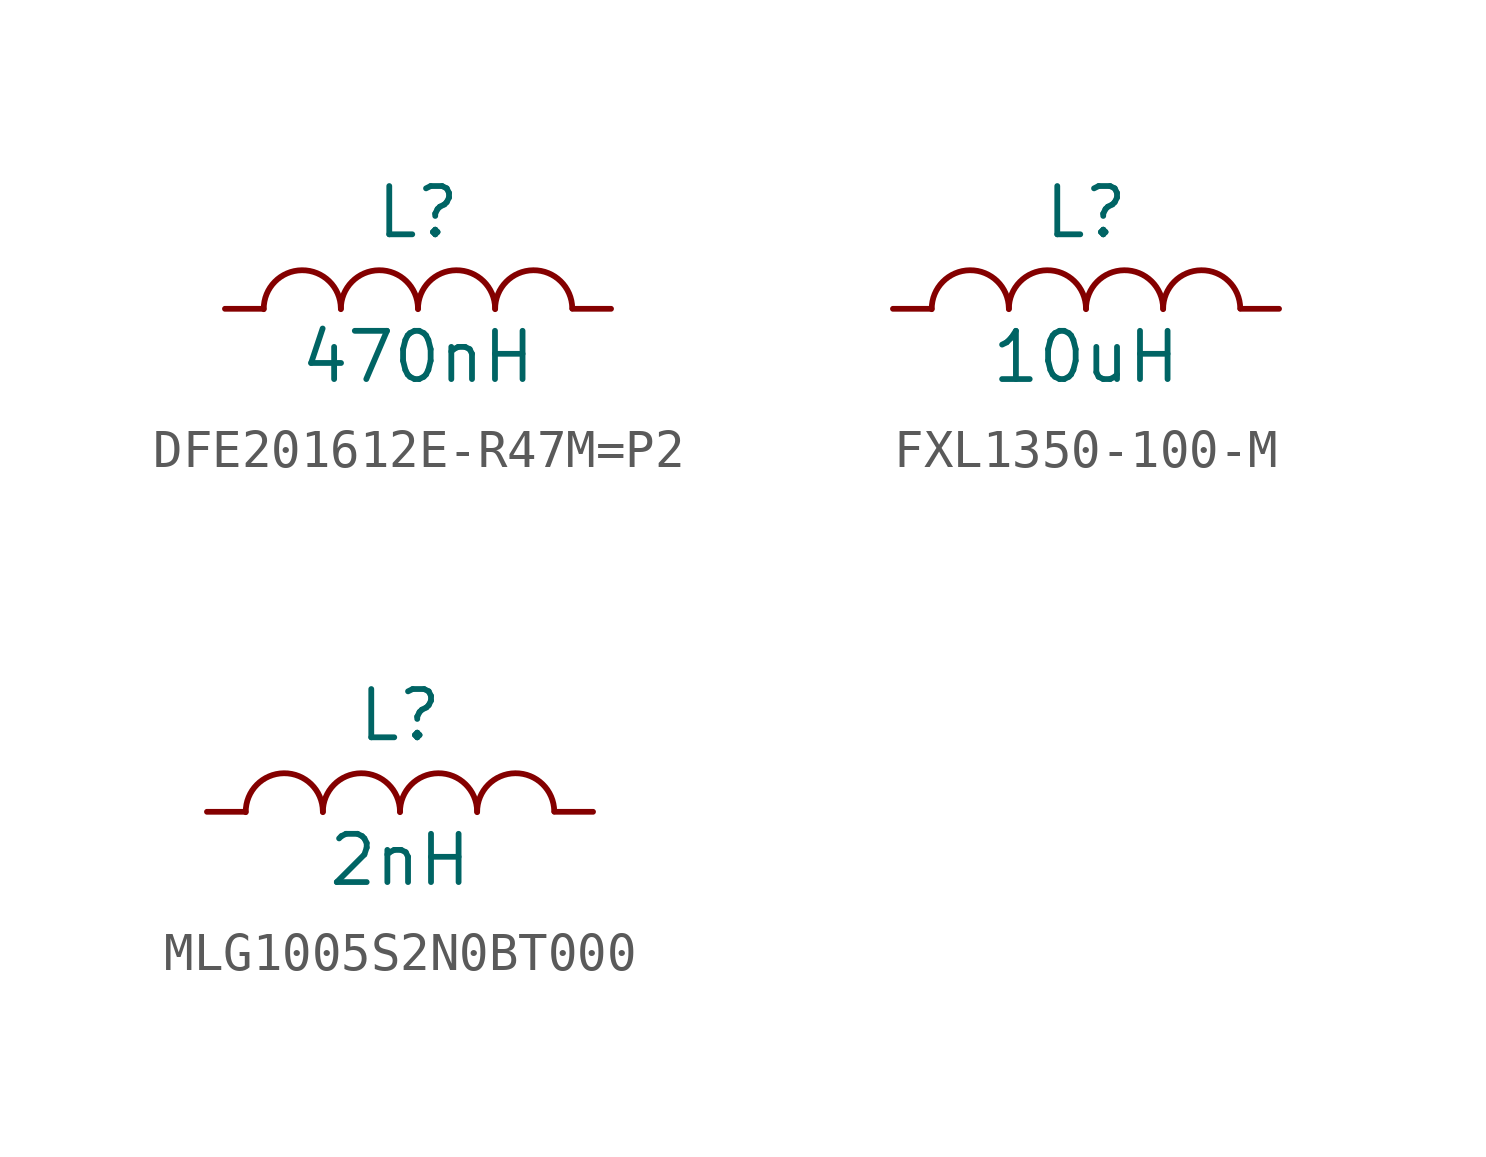
<source format=kicad_sym>
(kicad_symbol_lib
  (version 20211014)
  (symbol "DFE201612E-R47M=P2"
    (pin_numbers
      (hide yes))
    (pin_names
      (hide yes))
    (property "Reference" "L"
      (at 0 2.54 0)
      (effects (font (size 1.27 1.27))))
    (property "Value" "470nH"
      (at 0 -1.27 0)
      (effects (font (size 1.27 1.27))))
    (symbol "DFE201612E-R47M=P2_0_1"
      (arc (start -4.06 -0.01) (mid -3.055 1.013) (end -2.03 0.01) (stroke (width 0) (type default)) (fill (type none)))
      (arc (start -2.03 -0.01) (mid -1.025 1.013) (end 0 0.01) (stroke (width 0) (type default)) (fill (type none)))
      (arc (start 0 -0.01) (mid 1.005 1.013) (end 2.03 0.01) (stroke (width 0) (type default)) (fill (type none)))
      (arc (start 2.03 -0.01) (mid 3.035 1.013) (end 4.06 0.01) (stroke (width 0) (type default)) (fill (type none))))
    (symbol "DFE201612E-R47M=P2_1_1"
      (pin passive line (at -5.08 0 0) (length 1.016) (name "1" (effects (font (size 1.27 1.27)))) (number "1" (effects (font (size 1.27 1.27)))))
      (pin passive line (at 5.08 0 180) (length 1.016) (name "2" (effects (font (size 1.27 1.27)))) (number "2" (effects (font (size 1.27 1.27)))))))
  (symbol "FXL1350-100-M"
    (pin_numbers
      (hide yes))
    (pin_names
      (hide yes))
    (property "Reference" "L"
      (at 0 2.54 0)
      (effects (font (size 1.27 1.27))))
    (property "Value" "10uH"
      (at 0 -1.27 0)
      (effects (font (size 1.27 1.27))))
    (symbol "FXL1350-100-M_0_1"
      (arc (start -4.06 -0.01) (mid -3.055 1.013) (end -2.03 0.01) (stroke (width 0) (type default)) (fill (type none)))
      (arc (start -2.03 -0.01) (mid -1.025 1.013) (end 0 0.01) (stroke (width 0) (type default)) (fill (type none)))
      (arc (start 0 -0.01) (mid 1.005 1.013) (end 2.03 0.01) (stroke (width 0) (type default)) (fill (type none)))
      (arc (start 2.03 -0.01) (mid 3.035 1.013) (end 4.06 0.01) (stroke (width 0) (type default)) (fill (type none))))
    (symbol "FXL1350-100-M_1_1"
      (pin passive line (at -5.08 0 0) (length 1.016) (name "1" (effects (font (size 1.27 1.27)))) (number "1" (effects (font (size 1.27 1.27)))))
      (pin passive line (at 5.08 0 180) (length 1.016) (name "2" (effects (font (size 1.27 1.27)))) (number "2" (effects (font (size 1.27 1.27)))))))
  (symbol "MLG1005S2N0BT000"
    (pin_numbers
      (hide yes))
    (pin_names
      (hide yes))
    (property "Reference" "L"
      (at 0 2.54 0)
      (effects (font (size 1.27 1.27))))
    (property "Value" "2nH"
      (at 0 -1.27 0)
      (effects (font (size 1.27 1.27))))
    (symbol "MLG1005S2N0BT000_0_1"
      (arc (start -4.06 -0.01) (mid -3.055 1.013) (end -2.03 0.01) (stroke (width 0) (type default)) (fill (type none)))
      (arc (start -2.03 -0.01) (mid -1.025 1.013) (end 0 0.01) (stroke (width 0) (type default)) (fill (type none)))
      (arc (start 0 -0.01) (mid 1.005 1.013) (end 2.03 0.01) (stroke (width 0) (type default)) (fill (type none)))
      (arc (start 2.03 -0.01) (mid 3.035 1.013) (end 4.06 0.01) (stroke (width 0) (type default)) (fill (type none))))
    (symbol "MLG1005S2N0BT000_1_1"
      (pin passive line (at -5.08 0 0) (length 1.016) (name "1" (effects (font (size 1.27 1.27)))) (number "1" (effects (font (size 1.27 1.27)))))
      (pin passive line (at 5.08 0 180) (length 1.016) (name "2" (effects (font (size 1.27 1.27)))) (number "2" (effects (font (size 1.27 1.27))))))))
</source>
